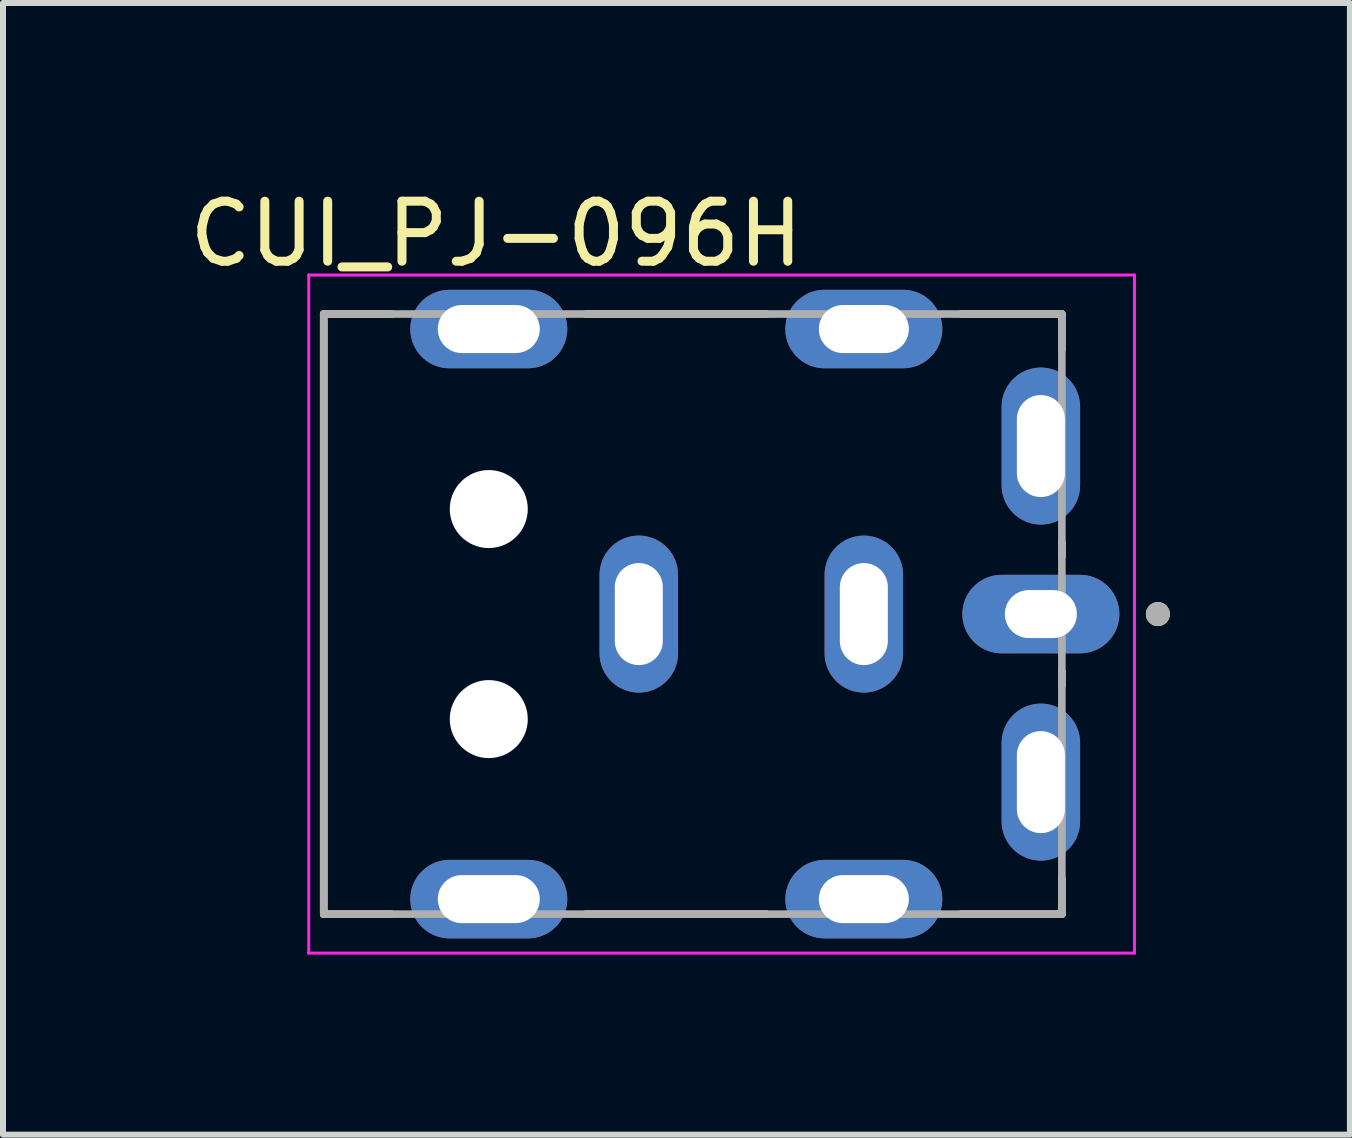
<source format=kicad_pcb>
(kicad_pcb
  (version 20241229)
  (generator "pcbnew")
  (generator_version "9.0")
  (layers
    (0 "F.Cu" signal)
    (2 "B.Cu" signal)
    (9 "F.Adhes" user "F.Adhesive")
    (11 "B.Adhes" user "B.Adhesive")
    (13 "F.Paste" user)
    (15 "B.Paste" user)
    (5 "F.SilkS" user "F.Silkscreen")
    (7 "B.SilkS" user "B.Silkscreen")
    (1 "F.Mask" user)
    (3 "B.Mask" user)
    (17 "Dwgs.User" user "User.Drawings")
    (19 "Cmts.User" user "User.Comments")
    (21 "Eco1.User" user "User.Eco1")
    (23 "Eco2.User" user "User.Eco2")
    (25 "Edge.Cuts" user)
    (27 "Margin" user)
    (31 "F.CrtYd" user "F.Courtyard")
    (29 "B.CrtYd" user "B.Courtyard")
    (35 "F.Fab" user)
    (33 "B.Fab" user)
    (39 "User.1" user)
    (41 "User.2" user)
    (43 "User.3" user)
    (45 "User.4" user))
  (footprint "CUI_PJ-096H"
    (layer "F.Cu")
    (at 2.345 7.183)
    (property "Reference" "CUI_PJ-096H" (at 2.875 -6.335 0) (layer "F.SilkS") (effects (font (size 1 1) (thickness 0.15))))
    (attr through_hole)
    (fp_line (start 0 -5) (end 1.13 -5) (stroke (width 0.127) (type solid)) (layer "F.SilkS"))
    (fp_line (start 0 5) (end 0 -5) (stroke (width 0.127) (type solid)) (layer "F.SilkS"))
    (fp_line (start 0 5) (end 1.13 5) (stroke (width 0.127) (type solid)) (layer "F.SilkS"))
    (fp_line (start 4.37 -5) (end 7.38 -5) (stroke (width 0.127) (type solid)) (layer "F.SilkS"))
    (fp_line (start 4.37 5) (end 7.38 5) (stroke (width 0.127) (type solid)) (layer "F.SilkS"))
    (fp_line (start 10.62 -5) (end 12.3 -5) (stroke (width 0.127) (type solid)) (layer "F.SilkS"))
    (fp_line (start 10.62 5) (end 12.3 5) (stroke (width 0.127) (type solid)) (layer "F.SilkS"))
    (fp_line (start 12.3 -5) (end 12.3 -4.41) (stroke (width 0.127) (type solid)) (layer "F.SilkS"))
    (fp_line (start 12.3 -1.19) (end 12.3 -0.96) (stroke (width 0.127) (type solid)) (layer "F.SilkS"))
    (fp_line (start 12.3 0.96) (end 12.3 1.19) (stroke (width 0.127) (type solid)) (layer "F.SilkS"))
    (fp_line (start 12.3 4.41) (end 12.3 5) (stroke (width 0.127) (type solid)) (layer "F.SilkS"))
    (fp_circle (center 13.9 0) (end 14 0) (stroke (width 0.2) (type solid)) (fill no) (layer "F.SilkS"))
    (fp_line (start -0.25 -5.65) (end 13.51 -5.65) (stroke (width 0.05) (type solid)) (layer "F.CrtYd"))
    (fp_line (start -0.25 5.65) (end -0.25 -5.65) (stroke (width 0.05) (type solid)) (layer "F.CrtYd"))
    (fp_line (start 13.51 -5.65) (end 13.51 5.65) (stroke (width 0.05) (type solid)) (layer "F.CrtYd"))
    (fp_line (start 13.51 5.65) (end -0.25 5.65) (stroke (width 0.05) (type solid)) (layer "F.CrtYd"))
    (fp_line (start 0 -5) (end 12.3 -5) (stroke (width 0.127) (type solid)) (layer "F.Fab"))
    (fp_line (start 0 5) (end 0 -5) (stroke (width 0.127) (type solid)) (layer "F.Fab"))
    (fp_line (start 12.3 -5) (end 12.3 5) (stroke (width 0.127) (type solid)) (layer "F.Fab"))
    (fp_line (start 12.3 5) (end 0 5) (stroke (width 0.127) (type solid)) (layer "F.Fab"))
    (fp_circle (center 13.9 0) (end 14 0) (stroke (width 0.2) (type solid)) (fill no) (layer "F.Fab"))
    (pad "" np_thru_hole circle (at 2.75 -1.75) (size 1.3 1.3) (drill 1.3) (layers "*.Cu" "*.Mask"))
    (pad "" np_thru_hole circle (at 2.75 1.75) (size 1.3 1.3) (drill 1.3) (layers "*.Cu" "*.Mask"))
    (pad "1" thru_hole oval (at 11.95 0) (size 2.616 1.308) (drill oval 1.2 0.8) (layers "*.Cu" "*.Mask"))
    (pad "2.1" thru_hole oval (at 9 0) (size 1.308 2.616) (drill oval 0.8 1.7) (layers "*.Cu" "*.Mask"))
    (pad "2.2" thru_hole oval (at 5.25 0) (size 1.308 2.616) (drill oval 0.8 1.7) (layers "*.Cu" "*.Mask"))
    (pad "3" thru_hole oval (at 11.95 2.8) (size 1.308 2.616) (drill oval 0.8 1.7) (layers "*.Cu" "*.Mask"))
    (pad "4" thru_hole oval (at 11.95 -2.8) (size 1.308 2.616) (drill oval 0.8 1.7) (layers "*.Cu" "*.Mask"))
    (pad "S1" thru_hole oval (at 2.75 -4.75) (size 2.616 1.308) (drill oval 1.7 0.8) (layers "*.Cu" "*.Mask"))
    (pad "S2" thru_hole oval (at 9 -4.75) (size 2.616 1.308) (drill oval 1.5 0.8) (layers "*.Cu" "*.Mask"))
    (pad "S3" thru_hole oval (at 2.75 4.75) (size 2.616 1.308) (drill oval 1.7 0.8) (layers "*.Cu" "*.Mask"))
    (pad "S4" thru_hole oval (at 9 4.75) (size 2.616 1.308) (drill oval 1.5 0.8) (layers "*.Cu" "*.Mask")))
  (gr_rect
    (start -3 -3)
    (end 19.445 15.858)
    (stroke (width 0.1) (type default))
    (fill no)
    (layer "Edge.Cuts")))
</source>
